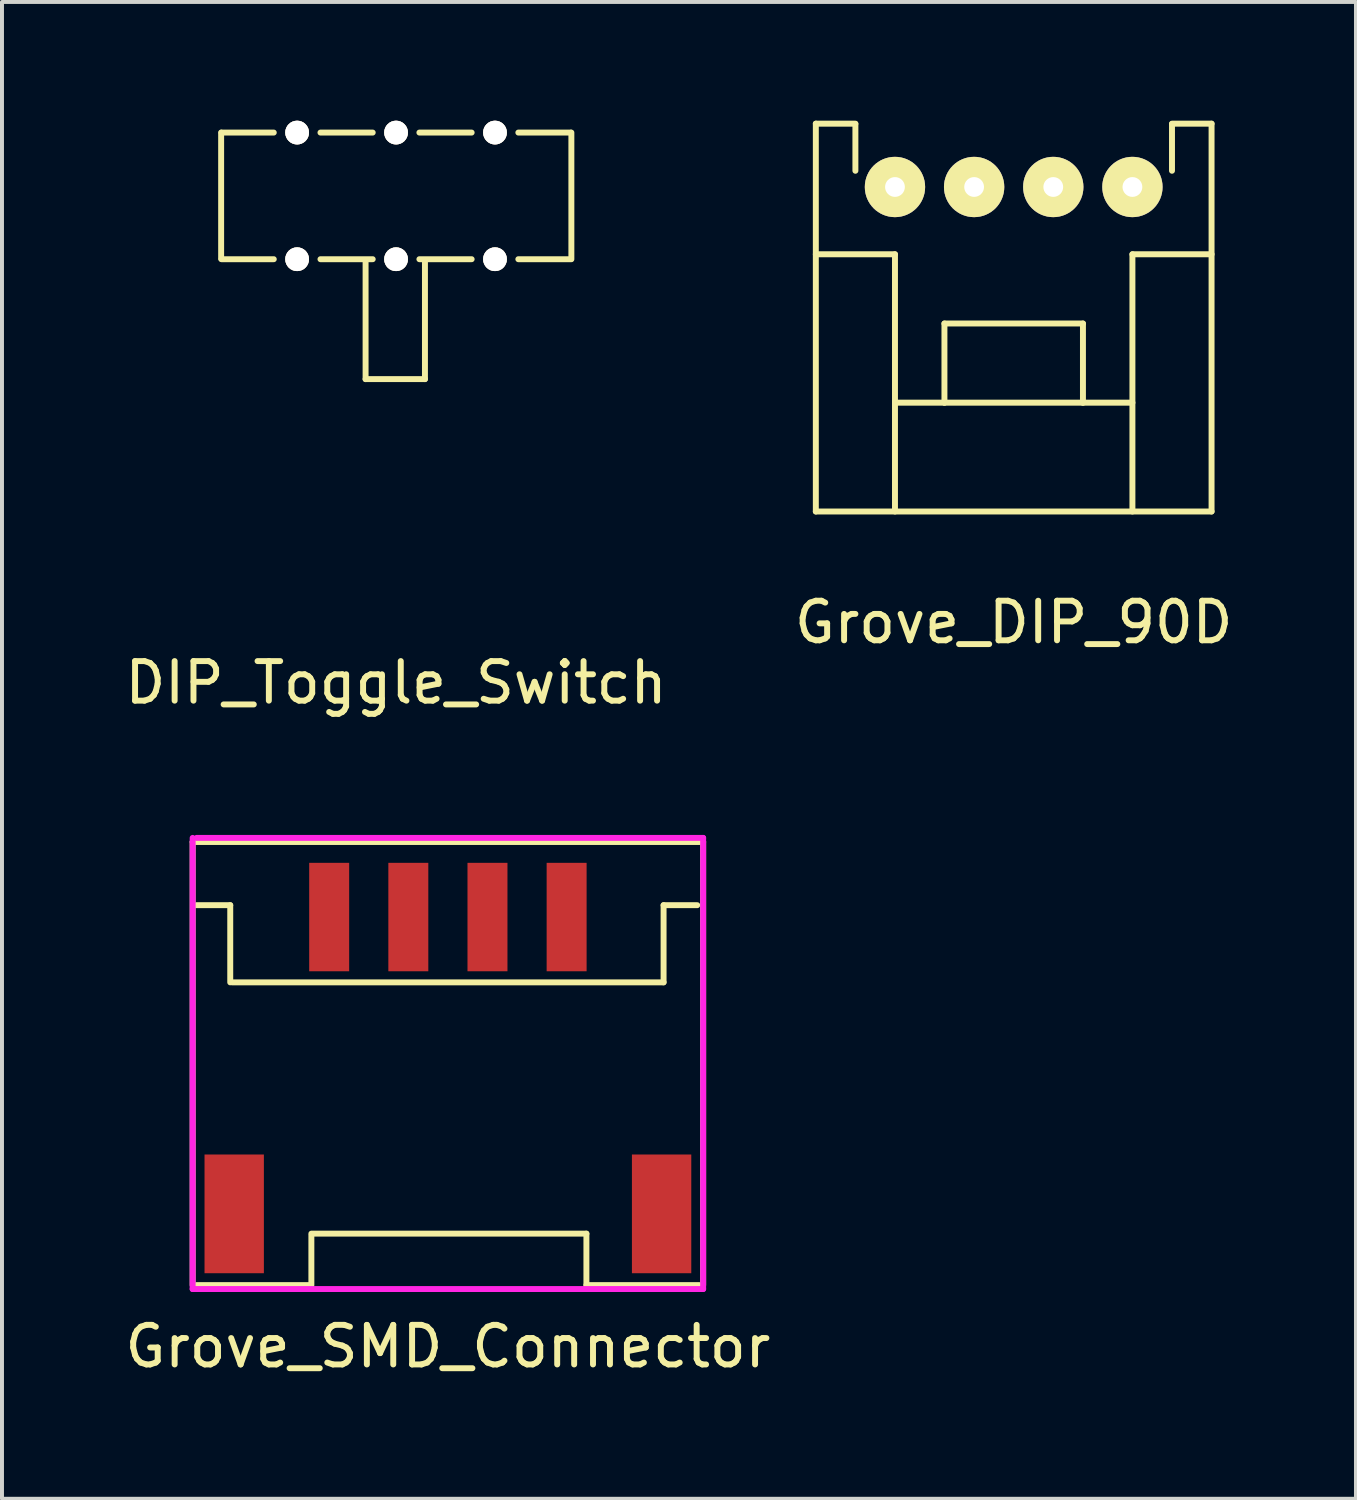
<source format=kicad_pcb>
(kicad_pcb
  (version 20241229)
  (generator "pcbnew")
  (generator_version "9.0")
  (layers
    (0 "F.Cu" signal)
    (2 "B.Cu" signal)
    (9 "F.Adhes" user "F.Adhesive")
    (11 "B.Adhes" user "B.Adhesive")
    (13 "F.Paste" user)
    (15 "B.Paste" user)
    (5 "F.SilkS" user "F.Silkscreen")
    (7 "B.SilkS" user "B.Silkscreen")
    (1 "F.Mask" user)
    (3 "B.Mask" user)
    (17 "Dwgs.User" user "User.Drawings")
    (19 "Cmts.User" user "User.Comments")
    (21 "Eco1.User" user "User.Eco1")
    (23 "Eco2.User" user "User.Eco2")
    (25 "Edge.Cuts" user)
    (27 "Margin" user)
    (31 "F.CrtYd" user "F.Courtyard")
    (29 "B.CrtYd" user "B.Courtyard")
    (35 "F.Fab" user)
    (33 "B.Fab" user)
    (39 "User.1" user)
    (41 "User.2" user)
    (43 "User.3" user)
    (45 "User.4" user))
  (footprint "DIP_Toggle_Switch"
    (layer "F.Cu")
    (at 6.958 1.9)
    (property "Reference" "DIP_Toggle_Switch" (at 0 12.3 0) (layer "F.SilkS") (effects (font (size 1 1) (thickness 0.15))))
    (attr through_hole)
    (fp_line (start -4.42 -1.6) (end -4.42 1.59) (stroke (width 0.15) (type solid)) (layer "F.SilkS"))
    (fp_line (start -4.41 -1.6) (end -3.09 -1.6) (stroke (width 0.15) (type solid)) (layer "F.SilkS"))
    (fp_line (start -4.41 1.6) (end -3.09 1.6) (stroke (width 0.15) (type solid)) (layer "F.SilkS"))
    (fp_line (start -1.91 -1.6) (end -0.59 -1.6) (stroke (width 0.15) (type solid)) (layer "F.SilkS"))
    (fp_line (start -1.91 1.6) (end -0.59 1.6) (stroke (width 0.15) (type solid)) (layer "F.SilkS"))
    (fp_line (start -0.77 1.63) (end -0.77 4.63) (stroke (width 0.15) (type solid)) (layer "F.SilkS"))
    (fp_line (start -0.77 4.63) (end 0.73 4.63) (stroke (width 0.15) (type solid)) (layer "F.SilkS"))
    (fp_line (start 0.59 -1.6) (end 1.91 -1.6) (stroke (width 0.15) (type solid)) (layer "F.SilkS"))
    (fp_line (start 0.59 1.6) (end 1.91 1.6) (stroke (width 0.15) (type solid)) (layer "F.SilkS"))
    (fp_line (start 0.73 4.63) (end 0.73 1.63) (stroke (width 0.15) (type solid)) (layer "F.SilkS"))
    (fp_line (start 3.09 -1.6) (end 4.41 -1.6) (stroke (width 0.15) (type solid)) (layer "F.SilkS"))
    (fp_line (start 3.09 1.6) (end 4.41 1.6) (stroke (width 0.15) (type solid)) (layer "F.SilkS"))
    (fp_line (start 4.43 -1.6) (end 4.43 1.6) (stroke (width 0.15) (type solid)) (layer "F.SilkS"))
    (pad "1" thru_hole circle (at -2.5 -1.6) (size 0.6 0.6) (drill 0.6) (layers "*.Cu" "*.Mask" "F.SilkS"))
    (pad "1" thru_hole circle (at -2.5 1.6) (size 0.6 0.6) (drill 0.6) (layers "*.Cu" "*.Mask" "F.SilkS"))
    (pad "2" thru_hole circle (at 0 -1.6) (size 0.6 0.6) (drill 0.6) (layers "*.Cu" "*.Mask" "F.SilkS"))
    (pad "2" thru_hole circle (at 0 1.6) (size 0.6 0.6) (drill 0.6) (layers "*.Cu" "*.Mask" "F.SilkS"))
    (pad "3" thru_hole circle (at 2.5 -1.6) (size 0.6 0.6) (drill 0.6) (layers "*.Cu" "*.Mask" "F.SilkS"))
    (pad "3" thru_hole circle (at 2.5 1.6) (size 0.6 0.6) (drill 0.6) (layers "*.Cu" "*.Mask" "F.SilkS")))
  (footprint "Grove_DIP_90D"
    (layer "F.Cu")
    (at 22.565 5.675)
    (property "Reference" "Grove_DIP_90D" (at 0 7 0) (layer "F.SilkS") (effects (font (size 1 1) (thickness 0.15))))
    (attr through_hole)
    (fp_line (start -5 -5.6) (end -5 4.2) (stroke (width 0.15) (type solid)) (layer "F.SilkS"))
    (fp_line (start -4 -5.6) (end -5 -5.6) (stroke (width 0.15) (type solid)) (layer "F.SilkS"))
    (fp_line (start -4 -5.59) (end -4 -4.41) (stroke (width 0.15) (type solid)) (layer "F.SilkS"))
    (fp_line (start -3 -2.3) (end -5 -2.3) (stroke (width 0.15) (type solid)) (layer "F.SilkS"))
    (fp_line (start -3 -2.3) (end -3 4.2) (stroke (width 0.15) (type solid)) (layer "F.SilkS"))
    (fp_line (start -1.75 -0.55) (end -1.75 1.45) (stroke (width 0.15) (type solid)) (layer "F.SilkS"))
    (fp_line (start -1.75 -0.55) (end 1.75 -0.55) (stroke (width 0.15) (type solid)) (layer "F.SilkS"))
    (fp_line (start -1.75 1.45) (end -3 1.45) (stroke (width 0.15) (type solid)) (layer "F.SilkS"))
    (fp_line (start -1.75 1.45) (end 1.75 1.45) (stroke (width 0.15) (type solid)) (layer "F.SilkS"))
    (fp_line (start 1.75 -0.55) (end 1.75 1.45) (stroke (width 0.15) (type solid)) (layer "F.SilkS"))
    (fp_line (start 1.75 1.45) (end 3 1.45) (stroke (width 0.15) (type solid)) (layer "F.SilkS"))
    (fp_line (start 3 -2.3) (end 3 4.2) (stroke (width 0.15) (type solid)) (layer "F.SilkS"))
    (fp_line (start 3 -2.3) (end 5 -2.3) (stroke (width 0.15) (type solid)) (layer "F.SilkS"))
    (fp_line (start 4 -5.59) (end 4 -4.41) (stroke (width 0.15) (type solid)) (layer "F.SilkS"))
    (fp_line (start 5 -5.6) (end 4 -5.6) (stroke (width 0.15) (type solid)) (layer "F.SilkS"))
    (fp_line (start 5 -5.6) (end 5 4.2) (stroke (width 0.15) (type solid)) (layer "F.SilkS"))
    (fp_line (start 5 4.2) (end -5 4.2) (stroke (width 0.15) (type solid)) (layer "F.SilkS"))
    (pad "1" thru_hole circle (at -3 -4) (size 1.524 1.524) (drill 0.5) (layers "*.Cu" "*.Mask" "F.SilkS"))
    (pad "2" thru_hole circle (at -1 -4) (size 1.524 1.524) (drill 0.5) (layers "*.Cu" "*.Mask" "F.SilkS"))
    (pad "3" thru_hole circle (at 1 -4) (size 1.524 1.524) (drill 0.5) (layers "*.Cu" "*.Mask" "F.SilkS"))
    (pad "4" thru_hole circle (at 3 -4) (size 1.524 1.524) (drill 0.5) (layers "*.Cu" "*.Mask" "F.SilkS")))
  (footprint "Grove_SMD_Connector"
    (layer "F.Cu")
    (at 8.268 20.223)
    (property "Reference" "Grove_SMD_Connector" (at 0 10.75 0) (layer "F.SilkS") (effects (font (size 1 1) (thickness 0.15))))
    (attr smd)
    (fp_line (start -6.45 -2) (end -6.45 9.2) (stroke (width 0.15) (type solid)) (layer "F.SilkS"))
    (fp_line (start -6.35 -2) (end 6.35 -2) (stroke (width 0.15) (type solid)) (layer "F.SilkS"))
    (fp_line (start -5.5 -0.4) (end -6.35 -0.4) (stroke (width 0.15) (type solid)) (layer "F.SilkS"))
    (fp_line (start -5.5 1.55) (end -5.5 -0.4) (stroke (width 0.15) (type solid)) (layer "F.SilkS"))
    (fp_line (start -5.45 1.55) (end 5.45 1.55) (stroke (width 0.15) (type solid)) (layer "F.SilkS"))
    (fp_line (start -3.5 9.2) (end -6.35 9.2) (stroke (width 0.15) (type solid)) (layer "F.SilkS"))
    (fp_line (start -3.45 9.2) (end -3.45 7.95) (stroke (width 0.15) (type solid)) (layer "F.SilkS"))
    (fp_line (start 3.5 7.9) (end -3.45 7.9) (stroke (width 0.15) (type solid)) (layer "F.SilkS"))
    (fp_line (start 3.5 9.2) (end 3.5 7.9) (stroke (width 0.15) (type solid)) (layer "F.SilkS"))
    (fp_line (start 5.45 1.55) (end 5.45 -0.4) (stroke (width 0.15) (type solid)) (layer "F.SilkS"))
    (fp_line (start 6.3 -0.4) (end 5.45 -0.4) (stroke (width 0.15) (type solid)) (layer "F.SilkS"))
    (fp_line (start 6.35 9.2) (end 3.5 9.2) (stroke (width 0.15) (type solid)) (layer "F.SilkS"))
    (fp_line (start 6.45 -2) (end -6.45 -2) (stroke (width 0.15) (type solid)) (layer "F.SilkS"))
    (fp_line (start 6.45 9.2) (end 6.45 -2) (stroke (width 0.15) (type solid)) (layer "F.SilkS"))
    (fp_line (start -6.45 9.3) (end -6.45 -2.1) (stroke (width 0.15) (type solid)) (layer "F.CrtYd"))
    (fp_line (start -6.35 -2.1) (end 6.45 -2.1) (stroke (width 0.15) (type solid)) (layer "F.CrtYd"))
    (fp_line (start 6.45 -2.1) (end 6.45 9.3) (stroke (width 0.15) (type solid)) (layer "F.CrtYd"))
    (fp_line (start 6.45 9.3) (end -6.45 9.3) (stroke (width 0.15) (type solid)) (layer "F.CrtYd"))
    (pad "1" smd rect (at 3 -0.1) (size 1.01 2.74) (layers "F.Cu" "F.Mask" "F.Paste"))
    (pad "2" smd rect (at 1 -0.1) (size 1.01 2.74) (layers "F.Cu" "F.Mask" "F.Paste"))
    (pad "3" smd rect (at -1 -0.1) (size 1.01 2.74) (layers "F.Cu" "F.Mask" "F.Paste"))
    (pad "4" smd rect (at -3 -0.1) (size 1.01 2.74) (layers "F.Cu" "F.Mask" "F.Paste"))
    (pad "5" smd rect (at 5.4 7.4) (size 1.5 3) (layers "F.Cu" "F.Mask" "F.Paste"))
    (pad "6" smd rect (at -5.4 7.4) (size 1.5 3) (layers "F.Cu" "F.Mask" "F.Paste")))
  (gr_rect
    (start -3 -3)
    (end 31.214 34.822)
    (stroke (width 0.1) (type default))
    (fill no)
    (layer "Edge.Cuts")))
</source>
